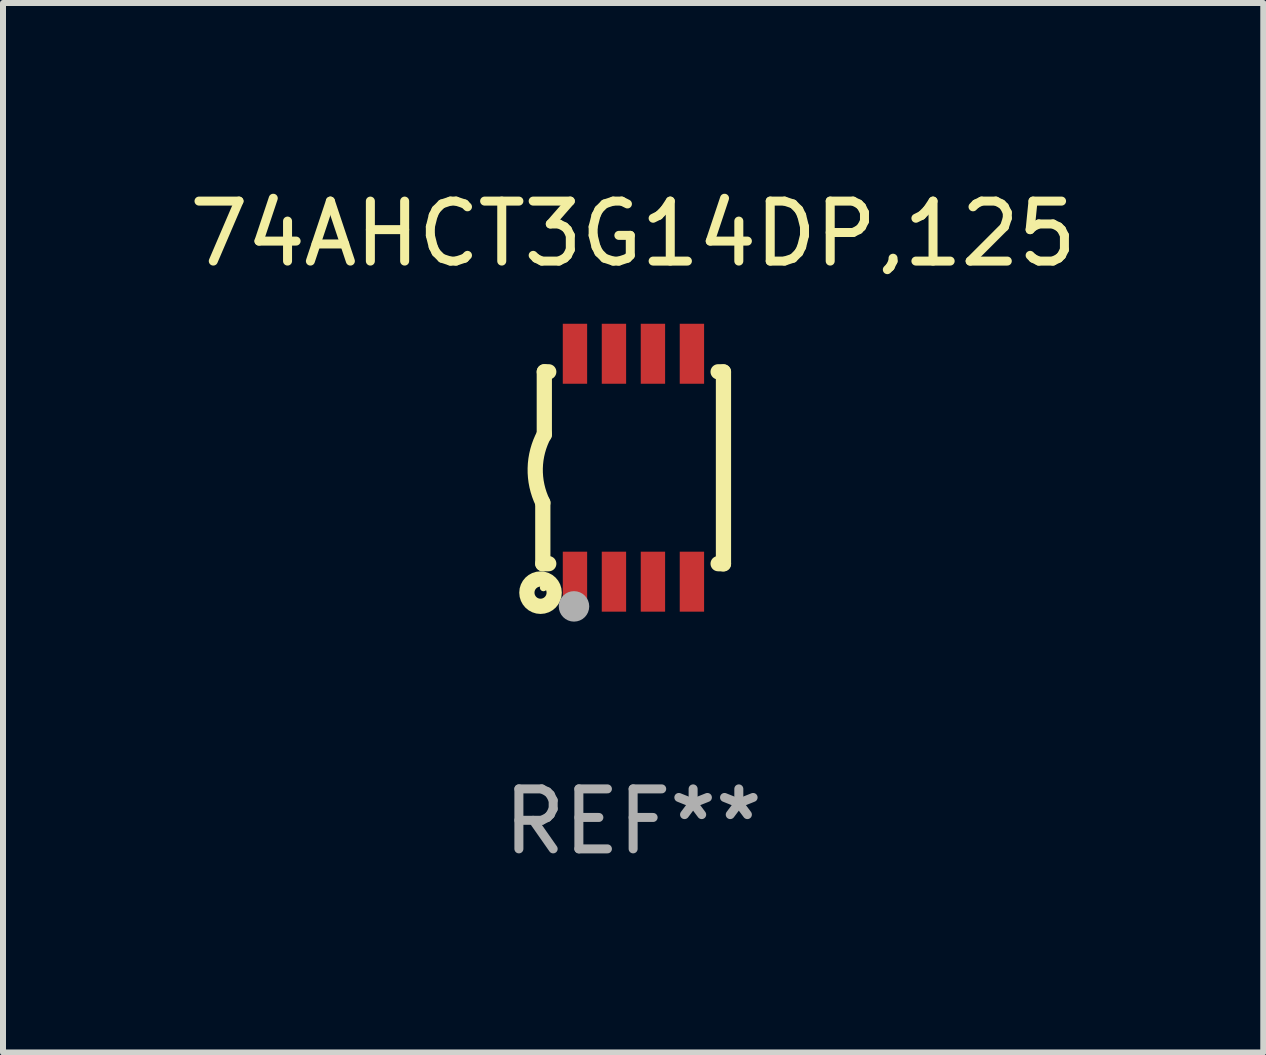
<source format=kicad_pcb>
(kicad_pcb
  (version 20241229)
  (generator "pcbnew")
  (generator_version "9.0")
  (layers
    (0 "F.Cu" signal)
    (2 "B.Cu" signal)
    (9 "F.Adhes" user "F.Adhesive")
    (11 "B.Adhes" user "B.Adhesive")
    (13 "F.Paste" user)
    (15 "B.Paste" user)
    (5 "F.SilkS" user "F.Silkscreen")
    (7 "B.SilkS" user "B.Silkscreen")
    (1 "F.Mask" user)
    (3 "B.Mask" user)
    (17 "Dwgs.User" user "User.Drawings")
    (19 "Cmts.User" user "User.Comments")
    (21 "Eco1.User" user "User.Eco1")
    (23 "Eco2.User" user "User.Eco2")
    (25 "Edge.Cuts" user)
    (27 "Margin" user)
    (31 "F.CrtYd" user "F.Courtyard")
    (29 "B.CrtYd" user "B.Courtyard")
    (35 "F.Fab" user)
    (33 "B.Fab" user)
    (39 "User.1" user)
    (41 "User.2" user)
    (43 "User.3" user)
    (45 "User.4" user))
  (footprint "74AHCT3G14DP,125"
    (layer "F.Cu")
    (at 7.506 4.748)
    (property "Reference" "74AHCT3G14DP,125" (at 0 -3.9 0) (layer "F.SilkS") (effects (font (size 1 1) (thickness 0.15))))
    (attr through_hole)
    (fp_line (start -1.506 1.6) (end -1.506 0.584) (stroke (width 0.254) (type solid)) (layer "F.SilkS"))
    (fp_line (start -1.506 1.6) (end -1.407 1.6) (stroke (width 0.254) (type solid)) (layer "F.SilkS"))
    (fp_line (start -1.481 -1.599) (end -1.481 -0.549) (stroke (width 0.254) (type solid)) (layer "F.SilkS"))
    (fp_line (start -1.481 -1.599) (end -1.407 -1.599) (stroke (width 0.254) (type solid)) (layer "F.SilkS"))
    (fp_line (start 1.417 -1.599) (end 1.506 -1.599) (stroke (width 0.254) (type solid)) (layer "F.SilkS"))
    (fp_line (start 1.417 1.6) (end 1.506 1.6) (stroke (width 0.254) (type solid)) (layer "F.SilkS"))
    (fp_line (start 1.506 1.603) (end 1.506 -1.595) (stroke (width 0.254) (type solid)) (layer "F.SilkS"))
    (fp_arc (start -1.506223 0.584328) (mid -1.632455 0.00974) (end -1.480823 -0.558674) (stroke (width 0.254001) (type solid)) (layer "F.SilkS"))
    (fp_circle (center -1.544 2.083) (end -1.443 2.083) (stroke (width 0.254) (type solid)) (fill no) (layer "F.SilkS"))
    (fp_circle (center -1.495 2) (end -1.465 2) (stroke (width 0.06) (type solid)) (fill no) (layer "F.SilkS"))
    (fp_circle (center -0.986 2.312) (end -0.859 2.312) (stroke (width 0.254) (type solid)) (fill no) (layer "F.Fab"))
    (fp_text user "REF**" (at 0 5.9 0) (layer "F.Fab") (effects (font (size 1 1) (thickness 0.15))))
    (pad "1" smd rect (at -0.97 1.9 90) (size 1 0.406) (layers "F.Cu" "F.Mask" "F.Paste"))
    (pad "2" smd rect (at -0.32 1.9 90) (size 1 0.406) (layers "F.Cu" "F.Mask" "F.Paste"))
    (pad "3" smd rect (at 0.33 1.9 90) (size 1 0.406) (layers "F.Cu" "F.Mask" "F.Paste"))
    (pad "4" smd rect (at 0.98 1.9 90) (size 1 0.406) (layers "F.Cu" "F.Mask" "F.Paste"))
    (pad "5" smd rect (at 0.98 -1.9 90) (size 1 0.406) (layers "F.Cu" "F.Mask" "F.Paste"))
    (pad "6" smd rect (at 0.33 -1.9 90) (size 1 0.406) (layers "F.Cu" "F.Mask" "F.Paste"))
    (pad "7" smd rect (at -0.32 -1.9 90) (size 1 0.406) (layers "F.Cu" "F.Mask" "F.Paste"))
    (pad "8" smd rect (at -0.97 -1.9 90) (size 1 0.406) (layers "F.Cu" "F.Mask" "F.Paste")))
  (gr_rect
    (start -3 -3)
    (end 18.012 14.497)
    (stroke (width 0.1) (type default))
    (fill no)
    (layer "Edge.Cuts")))
</source>
